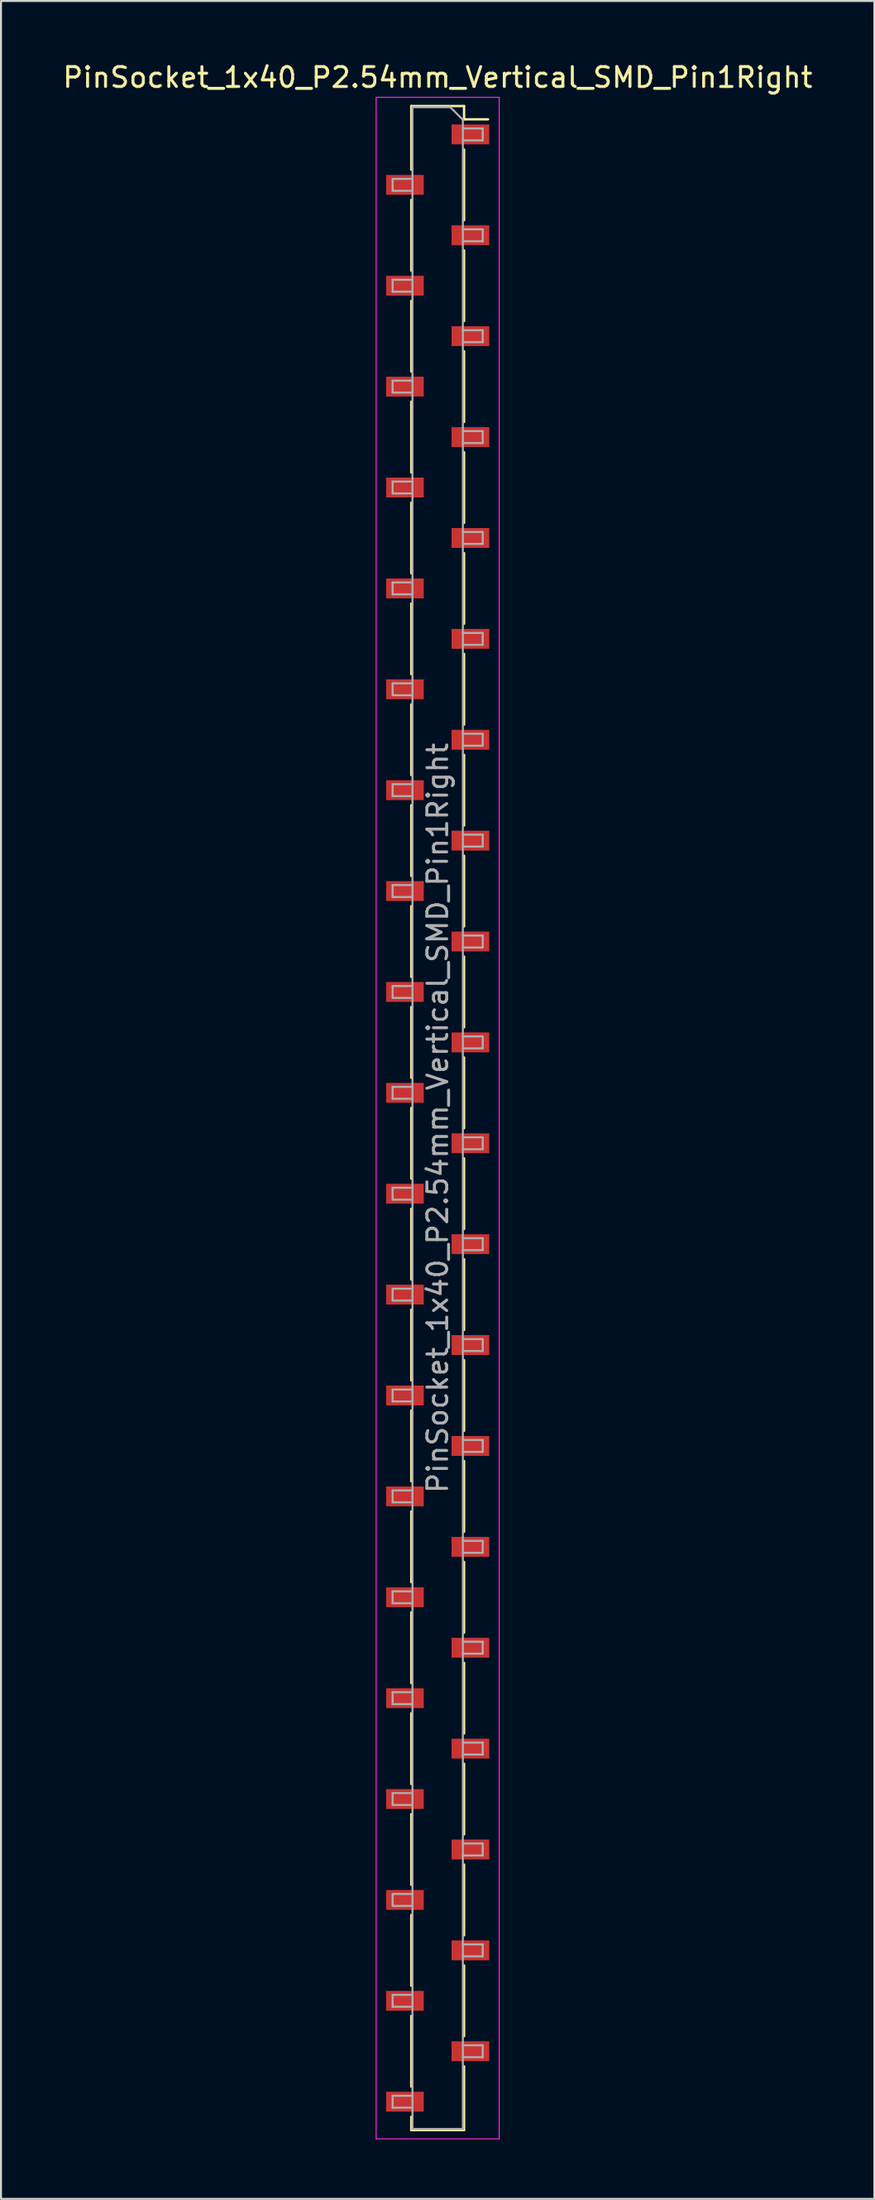
<source format=kicad_pcb>
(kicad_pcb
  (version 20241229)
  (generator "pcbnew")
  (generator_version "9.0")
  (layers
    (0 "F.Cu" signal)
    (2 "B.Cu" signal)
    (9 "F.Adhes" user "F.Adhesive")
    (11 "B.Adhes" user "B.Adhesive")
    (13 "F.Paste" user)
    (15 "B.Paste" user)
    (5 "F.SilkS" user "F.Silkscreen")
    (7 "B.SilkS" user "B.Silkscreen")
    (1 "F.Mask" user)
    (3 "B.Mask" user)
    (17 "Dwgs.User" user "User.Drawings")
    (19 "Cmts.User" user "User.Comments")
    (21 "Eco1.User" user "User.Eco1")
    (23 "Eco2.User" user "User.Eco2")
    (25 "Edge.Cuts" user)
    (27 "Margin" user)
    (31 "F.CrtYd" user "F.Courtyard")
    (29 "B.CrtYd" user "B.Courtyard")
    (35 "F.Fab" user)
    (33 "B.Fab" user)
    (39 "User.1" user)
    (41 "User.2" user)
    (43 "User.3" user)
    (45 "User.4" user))
  (footprint "PinSocket_1x40_P2.54mm_Vertical_SMD_Pin1Right"
    (layer "F.Cu")
    (at 19.006 53.248)
    (property "Reference" "PinSocket_1x40_P2.54mm_Vertical_SMD_Pin1Right" (at 0 -52.4 0) (layer "F.SilkS") (effects (font (size 1 1) (thickness 0.15))))
    (attr smd)
    (fp_line (start -1.33 -50.96) (end -1.33 -47.75) (stroke (width 0.12) (type solid)) (layer "F.SilkS"))
    (fp_line (start -1.33 -50.96) (end 1.33 -50.96) (stroke (width 0.12) (type solid)) (layer "F.SilkS"))
    (fp_line (start -1.33 -46.23) (end -1.33 -42.67) (stroke (width 0.12) (type solid)) (layer "F.SilkS"))
    (fp_line (start -1.33 -41.15) (end -1.33 -37.59) (stroke (width 0.12) (type solid)) (layer "F.SilkS"))
    (fp_line (start -1.33 -36.07) (end -1.33 -32.51) (stroke (width 0.12) (type solid)) (layer "F.SilkS"))
    (fp_line (start -1.33 -30.99) (end -1.33 -27.43) (stroke (width 0.12) (type solid)) (layer "F.SilkS"))
    (fp_line (start -1.33 -25.91) (end -1.33 -22.35) (stroke (width 0.12) (type solid)) (layer "F.SilkS"))
    (fp_line (start -1.33 -20.83) (end -1.33 -17.27) (stroke (width 0.12) (type solid)) (layer "F.SilkS"))
    (fp_line (start -1.33 -15.75) (end -1.33 -12.19) (stroke (width 0.12) (type solid)) (layer "F.SilkS"))
    (fp_line (start -1.33 -10.67) (end -1.33 -7.11) (stroke (width 0.12) (type solid)) (layer "F.SilkS"))
    (fp_line (start -1.33 -5.59) (end -1.33 -2.03) (stroke (width 0.12) (type solid)) (layer "F.SilkS"))
    (fp_line (start -1.33 -0.51) (end -1.33 3.05) (stroke (width 0.12) (type solid)) (layer "F.SilkS"))
    (fp_line (start -1.33 4.57) (end -1.33 8.13) (stroke (width 0.12) (type solid)) (layer "F.SilkS"))
    (fp_line (start -1.33 9.65) (end -1.33 13.21) (stroke (width 0.12) (type solid)) (layer "F.SilkS"))
    (fp_line (start -1.33 14.73) (end -1.33 18.29) (stroke (width 0.12) (type solid)) (layer "F.SilkS"))
    (fp_line (start -1.33 19.81) (end -1.33 23.37) (stroke (width 0.12) (type solid)) (layer "F.SilkS"))
    (fp_line (start -1.33 24.89) (end -1.33 28.45) (stroke (width 0.12) (type solid)) (layer "F.SilkS"))
    (fp_line (start -1.33 29.97) (end -1.33 33.53) (stroke (width 0.12) (type solid)) (layer "F.SilkS"))
    (fp_line (start -1.33 35.05) (end -1.33 38.61) (stroke (width 0.12) (type solid)) (layer "F.SilkS"))
    (fp_line (start -1.33 40.13) (end -1.33 43.69) (stroke (width 0.12) (type solid)) (layer "F.SilkS"))
    (fp_line (start -1.33 45.21) (end -1.33 48.77) (stroke (width 0.12) (type solid)) (layer "F.SilkS"))
    (fp_line (start -1.33 50.29) (end -1.33 50.96) (stroke (width 0.12) (type solid)) (layer "F.SilkS"))
    (fp_line (start -1.33 50.96) (end 1.33 50.96) (stroke (width 0.12) (type solid)) (layer "F.SilkS"))
    (fp_line (start 1.33 -50.96) (end 1.33 -50.29) (stroke (width 0.12) (type solid)) (layer "F.SilkS"))
    (fp_line (start 1.33 -50.29) (end 2.54 -50.29) (stroke (width 0.12) (type solid)) (layer "F.SilkS"))
    (fp_line (start 1.33 -48.77) (end 1.33 -45.21) (stroke (width 0.12) (type solid)) (layer "F.SilkS"))
    (fp_line (start 1.33 -43.69) (end 1.33 -40.13) (stroke (width 0.12) (type solid)) (layer "F.SilkS"))
    (fp_line (start 1.33 -38.61) (end 1.33 -35.05) (stroke (width 0.12) (type solid)) (layer "F.SilkS"))
    (fp_line (start 1.33 -33.53) (end 1.33 -29.97) (stroke (width 0.12) (type solid)) (layer "F.SilkS"))
    (fp_line (start 1.33 -28.45) (end 1.33 -24.89) (stroke (width 0.12) (type solid)) (layer "F.SilkS"))
    (fp_line (start 1.33 -23.37) (end 1.33 -19.81) (stroke (width 0.12) (type solid)) (layer "F.SilkS"))
    (fp_line (start 1.33 -18.29) (end 1.33 -14.73) (stroke (width 0.12) (type solid)) (layer "F.SilkS"))
    (fp_line (start 1.33 -13.21) (end 1.33 -9.65) (stroke (width 0.12) (type solid)) (layer "F.SilkS"))
    (fp_line (start 1.33 -8.13) (end 1.33 -4.57) (stroke (width 0.12) (type solid)) (layer "F.SilkS"))
    (fp_line (start 1.33 -3.05) (end 1.33 0.51) (stroke (width 0.12) (type solid)) (layer "F.SilkS"))
    (fp_line (start 1.33 2.03) (end 1.33 5.59) (stroke (width 0.12) (type solid)) (layer "F.SilkS"))
    (fp_line (start 1.33 7.11) (end 1.33 10.67) (stroke (width 0.12) (type solid)) (layer "F.SilkS"))
    (fp_line (start 1.33 12.19) (end 1.33 15.75) (stroke (width 0.12) (type solid)) (layer "F.SilkS"))
    (fp_line (start 1.33 17.27) (end 1.33 20.83) (stroke (width 0.12) (type solid)) (layer "F.SilkS"))
    (fp_line (start 1.33 22.35) (end 1.33 25.91) (stroke (width 0.12) (type solid)) (layer "F.SilkS"))
    (fp_line (start 1.33 27.43) (end 1.33 30.99) (stroke (width 0.12) (type solid)) (layer "F.SilkS"))
    (fp_line (start 1.33 32.51) (end 1.33 36.07) (stroke (width 0.12) (type solid)) (layer "F.SilkS"))
    (fp_line (start 1.33 37.59) (end 1.33 41.15) (stroke (width 0.12) (type solid)) (layer "F.SilkS"))
    (fp_line (start 1.33 42.67) (end 1.33 46.23) (stroke (width 0.12) (type solid)) (layer "F.SilkS"))
    (fp_line (start 1.33 47.75) (end 1.33 50.96) (stroke (width 0.12) (type solid)) (layer "F.SilkS"))
    (fp_line (start -3.1 -51.4) (end 3.1 -51.4) (stroke (width 0.05) (type solid)) (layer "F.CrtYd"))
    (fp_line (start -3.1 51.4) (end -3.1 -51.4) (stroke (width 0.05) (type solid)) (layer "F.CrtYd"))
    (fp_line (start 3.1 -51.4) (end 3.1 51.4) (stroke (width 0.05) (type solid)) (layer "F.CrtYd"))
    (fp_line (start 3.1 51.4) (end -3.1 51.4) (stroke (width 0.05) (type solid)) (layer "F.CrtYd"))
    (fp_line (start -2.27 -47.29) (end -1.27 -47.29) (stroke (width 0.1) (type solid)) (layer "F.Fab"))
    (fp_line (start -2.27 -46.69) (end -2.27 -47.29) (stroke (width 0.1) (type solid)) (layer "F.Fab"))
    (fp_line (start -2.27 -42.21) (end -1.27 -42.21) (stroke (width 0.1) (type solid)) (layer "F.Fab"))
    (fp_line (start -2.27 -41.61) (end -2.27 -42.21) (stroke (width 0.1) (type solid)) (layer "F.Fab"))
    (fp_line (start -2.27 -37.13) (end -1.27 -37.13) (stroke (width 0.1) (type solid)) (layer "F.Fab"))
    (fp_line (start -2.27 -36.53) (end -2.27 -37.13) (stroke (width 0.1) (type solid)) (layer "F.Fab"))
    (fp_line (start -2.27 -32.05) (end -1.27 -32.05) (stroke (width 0.1) (type solid)) (layer "F.Fab"))
    (fp_line (start -2.27 -31.45) (end -2.27 -32.05) (stroke (width 0.1) (type solid)) (layer "F.Fab"))
    (fp_line (start -2.27 -26.97) (end -1.27 -26.97) (stroke (width 0.1) (type solid)) (layer "F.Fab"))
    (fp_line (start -2.27 -26.37) (end -2.27 -26.97) (stroke (width 0.1) (type solid)) (layer "F.Fab"))
    (fp_line (start -2.27 -21.89) (end -1.27 -21.89) (stroke (width 0.1) (type solid)) (layer "F.Fab"))
    (fp_line (start -2.27 -21.29) (end -2.27 -21.89) (stroke (width 0.1) (type solid)) (layer "F.Fab"))
    (fp_line (start -2.27 -16.81) (end -1.27 -16.81) (stroke (width 0.1) (type solid)) (layer "F.Fab"))
    (fp_line (start -2.27 -16.21) (end -2.27 -16.81) (stroke (width 0.1) (type solid)) (layer "F.Fab"))
    (fp_line (start -2.27 -11.73) (end -1.27 -11.73) (stroke (width 0.1) (type solid)) (layer "F.Fab"))
    (fp_line (start -2.27 -11.13) (end -2.27 -11.73) (stroke (width 0.1) (type solid)) (layer "F.Fab"))
    (fp_line (start -2.27 -6.65) (end -1.27 -6.65) (stroke (width 0.1) (type solid)) (layer "F.Fab"))
    (fp_line (start -2.27 -6.05) (end -2.27 -6.65) (stroke (width 0.1) (type solid)) (layer "F.Fab"))
    (fp_line (start -2.27 -1.57) (end -1.27 -1.57) (stroke (width 0.1) (type solid)) (layer "F.Fab"))
    (fp_line (start -2.27 -0.97) (end -2.27 -1.57) (stroke (width 0.1) (type solid)) (layer "F.Fab"))
    (fp_line (start -2.27 3.51) (end -1.27 3.51) (stroke (width 0.1) (type solid)) (layer "F.Fab"))
    (fp_line (start -2.27 4.11) (end -2.27 3.51) (stroke (width 0.1) (type solid)) (layer "F.Fab"))
    (fp_line (start -2.27 8.59) (end -1.27 8.59) (stroke (width 0.1) (type solid)) (layer "F.Fab"))
    (fp_line (start -2.27 9.19) (end -2.27 8.59) (stroke (width 0.1) (type solid)) (layer "F.Fab"))
    (fp_line (start -2.27 13.67) (end -1.27 13.67) (stroke (width 0.1) (type solid)) (layer "F.Fab"))
    (fp_line (start -2.27 14.27) (end -2.27 13.67) (stroke (width 0.1) (type solid)) (layer "F.Fab"))
    (fp_line (start -2.27 18.75) (end -1.27 18.75) (stroke (width 0.1) (type solid)) (layer "F.Fab"))
    (fp_line (start -2.27 19.35) (end -2.27 18.75) (stroke (width 0.1) (type solid)) (layer "F.Fab"))
    (fp_line (start -2.27 23.83) (end -1.27 23.83) (stroke (width 0.1) (type solid)) (layer "F.Fab"))
    (fp_line (start -2.27 24.43) (end -2.27 23.83) (stroke (width 0.1) (type solid)) (layer "F.Fab"))
    (fp_line (start -2.27 28.91) (end -1.27 28.91) (stroke (width 0.1) (type solid)) (layer "F.Fab"))
    (fp_line (start -2.27 29.51) (end -2.27 28.91) (stroke (width 0.1) (type solid)) (layer "F.Fab"))
    (fp_line (start -2.27 33.99) (end -1.27 33.99) (stroke (width 0.1) (type solid)) (layer "F.Fab"))
    (fp_line (start -2.27 34.59) (end -2.27 33.99) (stroke (width 0.1) (type solid)) (layer "F.Fab"))
    (fp_line (start -2.27 39.07) (end -1.27 39.07) (stroke (width 0.1) (type solid)) (layer "F.Fab"))
    (fp_line (start -2.27 39.67) (end -2.27 39.07) (stroke (width 0.1) (type solid)) (layer "F.Fab"))
    (fp_line (start -2.27 44.15) (end -1.27 44.15) (stroke (width 0.1) (type solid)) (layer "F.Fab"))
    (fp_line (start -2.27 44.75) (end -2.27 44.15) (stroke (width 0.1) (type solid)) (layer "F.Fab"))
    (fp_line (start -2.27 49.23) (end -1.27 49.23) (stroke (width 0.1) (type solid)) (layer "F.Fab"))
    (fp_line (start -2.27 49.83) (end -2.27 49.23) (stroke (width 0.1) (type solid)) (layer "F.Fab"))
    (fp_line (start -1.27 -50.9) (end 0.635 -50.9) (stroke (width 0.1) (type solid)) (layer "F.Fab"))
    (fp_line (start -1.27 -46.69) (end -2.27 -46.69) (stroke (width 0.1) (type solid)) (layer "F.Fab"))
    (fp_line (start -1.27 -41.61) (end -2.27 -41.61) (stroke (width 0.1) (type solid)) (layer "F.Fab"))
    (fp_line (start -1.27 -36.53) (end -2.27 -36.53) (stroke (width 0.1) (type solid)) (layer "F.Fab"))
    (fp_line (start -1.27 -31.45) (end -2.27 -31.45) (stroke (width 0.1) (type solid)) (layer "F.Fab"))
    (fp_line (start -1.27 -26.37) (end -2.27 -26.37) (stroke (width 0.1) (type solid)) (layer "F.Fab"))
    (fp_line (start -1.27 -21.29) (end -2.27 -21.29) (stroke (width 0.1) (type solid)) (layer "F.Fab"))
    (fp_line (start -1.27 -16.21) (end -2.27 -16.21) (stroke (width 0.1) (type solid)) (layer "F.Fab"))
    (fp_line (start -1.27 -11.13) (end -2.27 -11.13) (stroke (width 0.1) (type solid)) (layer "F.Fab"))
    (fp_line (start -1.27 -6.05) (end -2.27 -6.05) (stroke (width 0.1) (type solid)) (layer "F.Fab"))
    (fp_line (start -1.27 -0.97) (end -2.27 -0.97) (stroke (width 0.1) (type solid)) (layer "F.Fab"))
    (fp_line (start -1.27 4.11) (end -2.27 4.11) (stroke (width 0.1) (type solid)) (layer "F.Fab"))
    (fp_line (start -1.27 9.19) (end -2.27 9.19) (stroke (width 0.1) (type solid)) (layer "F.Fab"))
    (fp_line (start -1.27 14.27) (end -2.27 14.27) (stroke (width 0.1) (type solid)) (layer "F.Fab"))
    (fp_line (start -1.27 19.35) (end -2.27 19.35) (stroke (width 0.1) (type solid)) (layer "F.Fab"))
    (fp_line (start -1.27 24.43) (end -2.27 24.43) (stroke (width 0.1) (type solid)) (layer "F.Fab"))
    (fp_line (start -1.27 29.51) (end -2.27 29.51) (stroke (width 0.1) (type solid)) (layer "F.Fab"))
    (fp_line (start -1.27 34.59) (end -2.27 34.59) (stroke (width 0.1) (type solid)) (layer "F.Fab"))
    (fp_line (start -1.27 39.67) (end -2.27 39.67) (stroke (width 0.1) (type solid)) (layer "F.Fab"))
    (fp_line (start -1.27 44.75) (end -2.27 44.75) (stroke (width 0.1) (type solid)) (layer "F.Fab"))
    (fp_line (start -1.27 49.83) (end -2.27 49.83) (stroke (width 0.1) (type solid)) (layer "F.Fab"))
    (fp_line (start -1.27 50.9) (end -1.27 -50.9) (stroke (width 0.1) (type solid)) (layer "F.Fab"))
    (fp_line (start 0.635 -50.9) (end 1.27 -50.265) (stroke (width 0.1) (type solid)) (layer "F.Fab"))
    (fp_line (start 1.27 -50.265) (end 1.27 50.9) (stroke (width 0.1) (type solid)) (layer "F.Fab"))
    (fp_line (start 1.27 -49.83) (end 2.27 -49.83) (stroke (width 0.1) (type solid)) (layer "F.Fab"))
    (fp_line (start 1.27 -44.75) (end 2.27 -44.75) (stroke (width 0.1) (type solid)) (layer "F.Fab"))
    (fp_line (start 1.27 -39.67) (end 2.27 -39.67) (stroke (width 0.1) (type solid)) (layer "F.Fab"))
    (fp_line (start 1.27 -34.59) (end 2.27 -34.59) (stroke (width 0.1) (type solid)) (layer "F.Fab"))
    (fp_line (start 1.27 -29.51) (end 2.27 -29.51) (stroke (width 0.1) (type solid)) (layer "F.Fab"))
    (fp_line (start 1.27 -24.43) (end 2.27 -24.43) (stroke (width 0.1) (type solid)) (layer "F.Fab"))
    (fp_line (start 1.27 -19.35) (end 2.27 -19.35) (stroke (width 0.1) (type solid)) (layer "F.Fab"))
    (fp_line (start 1.27 -14.27) (end 2.27 -14.27) (stroke (width 0.1) (type solid)) (layer "F.Fab"))
    (fp_line (start 1.27 -9.19) (end 2.27 -9.19) (stroke (width 0.1) (type solid)) (layer "F.Fab"))
    (fp_line (start 1.27 -4.11) (end 2.27 -4.11) (stroke (width 0.1) (type solid)) (layer "F.Fab"))
    (fp_line (start 1.27 0.97) (end 2.27 0.97) (stroke (width 0.1) (type solid)) (layer "F.Fab"))
    (fp_line (start 1.27 6.05) (end 2.27 6.05) (stroke (width 0.1) (type solid)) (layer "F.Fab"))
    (fp_line (start 1.27 11.13) (end 2.27 11.13) (stroke (width 0.1) (type solid)) (layer "F.Fab"))
    (fp_line (start 1.27 16.21) (end 2.27 16.21) (stroke (width 0.1) (type solid)) (layer "F.Fab"))
    (fp_line (start 1.27 21.29) (end 2.27 21.29) (stroke (width 0.1) (type solid)) (layer "F.Fab"))
    (fp_line (start 1.27 26.37) (end 2.27 26.37) (stroke (width 0.1) (type solid)) (layer "F.Fab"))
    (fp_line (start 1.27 31.45) (end 2.27 31.45) (stroke (width 0.1) (type solid)) (layer "F.Fab"))
    (fp_line (start 1.27 36.53) (end 2.27 36.53) (stroke (width 0.1) (type solid)) (layer "F.Fab"))
    (fp_line (start 1.27 41.61) (end 2.27 41.61) (stroke (width 0.1) (type solid)) (layer "F.Fab"))
    (fp_line (start 1.27 46.69) (end 2.27 46.69) (stroke (width 0.1) (type solid)) (layer "F.Fab"))
    (fp_line (start 1.27 50.9) (end -1.27 50.9) (stroke (width 0.1) (type solid)) (layer "F.Fab"))
    (fp_line (start 2.27 -49.83) (end 2.27 -49.23) (stroke (width 0.1) (type solid)) (layer "F.Fab"))
    (fp_line (start 2.27 -49.23) (end 1.27 -49.23) (stroke (width 0.1) (type solid)) (layer "F.Fab"))
    (fp_line (start 2.27 -44.75) (end 2.27 -44.15) (stroke (width 0.1) (type solid)) (layer "F.Fab"))
    (fp_line (start 2.27 -44.15) (end 1.27 -44.15) (stroke (width 0.1) (type solid)) (layer "F.Fab"))
    (fp_line (start 2.27 -39.67) (end 2.27 -39.07) (stroke (width 0.1) (type solid)) (layer "F.Fab"))
    (fp_line (start 2.27 -39.07) (end 1.27 -39.07) (stroke (width 0.1) (type solid)) (layer "F.Fab"))
    (fp_line (start 2.27 -34.59) (end 2.27 -33.99) (stroke (width 0.1) (type solid)) (layer "F.Fab"))
    (fp_line (start 2.27 -33.99) (end 1.27 -33.99) (stroke (width 0.1) (type solid)) (layer "F.Fab"))
    (fp_line (start 2.27 -29.51) (end 2.27 -28.91) (stroke (width 0.1) (type solid)) (layer "F.Fab"))
    (fp_line (start 2.27 -28.91) (end 1.27 -28.91) (stroke (width 0.1) (type solid)) (layer "F.Fab"))
    (fp_line (start 2.27 -24.43) (end 2.27 -23.83) (stroke (width 0.1) (type solid)) (layer "F.Fab"))
    (fp_line (start 2.27 -23.83) (end 1.27 -23.83) (stroke (width 0.1) (type solid)) (layer "F.Fab"))
    (fp_line (start 2.27 -19.35) (end 2.27 -18.75) (stroke (width 0.1) (type solid)) (layer "F.Fab"))
    (fp_line (start 2.27 -18.75) (end 1.27 -18.75) (stroke (width 0.1) (type solid)) (layer "F.Fab"))
    (fp_line (start 2.27 -14.27) (end 2.27 -13.67) (stroke (width 0.1) (type solid)) (layer "F.Fab"))
    (fp_line (start 2.27 -13.67) (end 1.27 -13.67) (stroke (width 0.1) (type solid)) (layer "F.Fab"))
    (fp_line (start 2.27 -9.19) (end 2.27 -8.59) (stroke (width 0.1) (type solid)) (layer "F.Fab"))
    (fp_line (start 2.27 -8.59) (end 1.27 -8.59) (stroke (width 0.1) (type solid)) (layer "F.Fab"))
    (fp_line (start 2.27 -4.11) (end 2.27 -3.51) (stroke (width 0.1) (type solid)) (layer "F.Fab"))
    (fp_line (start 2.27 -3.51) (end 1.27 -3.51) (stroke (width 0.1) (type solid)) (layer "F.Fab"))
    (fp_line (start 2.27 0.97) (end 2.27 1.57) (stroke (width 0.1) (type solid)) (layer "F.Fab"))
    (fp_line (start 2.27 1.57) (end 1.27 1.57) (stroke (width 0.1) (type solid)) (layer "F.Fab"))
    (fp_line (start 2.27 6.05) (end 2.27 6.65) (stroke (width 0.1) (type solid)) (layer "F.Fab"))
    (fp_line (start 2.27 6.65) (end 1.27 6.65) (stroke (width 0.1) (type solid)) (layer "F.Fab"))
    (fp_line (start 2.27 11.13) (end 2.27 11.73) (stroke (width 0.1) (type solid)) (layer "F.Fab"))
    (fp_line (start 2.27 11.73) (end 1.27 11.73) (stroke (width 0.1) (type solid)) (layer "F.Fab"))
    (fp_line (start 2.27 16.21) (end 2.27 16.81) (stroke (width 0.1) (type solid)) (layer "F.Fab"))
    (fp_line (start 2.27 16.81) (end 1.27 16.81) (stroke (width 0.1) (type solid)) (layer "F.Fab"))
    (fp_line (start 2.27 21.29) (end 2.27 21.89) (stroke (width 0.1) (type solid)) (layer "F.Fab"))
    (fp_line (start 2.27 21.89) (end 1.27 21.89) (stroke (width 0.1) (type solid)) (layer "F.Fab"))
    (fp_line (start 2.27 26.37) (end 2.27 26.97) (stroke (width 0.1) (type solid)) (layer "F.Fab"))
    (fp_line (start 2.27 26.97) (end 1.27 26.97) (stroke (width 0.1) (type solid)) (layer "F.Fab"))
    (fp_line (start 2.27 31.45) (end 2.27 32.05) (stroke (width 0.1) (type solid)) (layer "F.Fab"))
    (fp_line (start 2.27 32.05) (end 1.27 32.05) (stroke (width 0.1) (type solid)) (layer "F.Fab"))
    (fp_line (start 2.27 36.53) (end 2.27 37.13) (stroke (width 0.1) (type solid)) (layer "F.Fab"))
    (fp_line (start 2.27 37.13) (end 1.27 37.13) (stroke (width 0.1) (type solid)) (layer "F.Fab"))
    (fp_line (start 2.27 41.61) (end 2.27 42.21) (stroke (width 0.1) (type solid)) (layer "F.Fab"))
    (fp_line (start 2.27 42.21) (end 1.27 42.21) (stroke (width 0.1) (type solid)) (layer "F.Fab"))
    (fp_line (start 2.27 46.69) (end 2.27 47.29) (stroke (width 0.1) (type solid)) (layer "F.Fab"))
    (fp_line (start 2.27 47.29) (end 1.27 47.29) (stroke (width 0.1) (type solid)) (layer "F.Fab"))
    (fp_text user "${REFERENCE}" (at 0 0 90) (layer "F.Fab") (effects (font (size 1 1) (thickness 0.15))))
    (pad "1" smd rect (at 1.65 -49.53) (size 1.9 1) (layers "F.Cu" "F.Mask" "F.Paste"))
    (pad "2" smd rect (at -1.65 -46.99) (size 1.9 1) (layers "F.Cu" "F.Mask" "F.Paste"))
    (pad "3" smd rect (at 1.65 -44.45) (size 1.9 1) (layers "F.Cu" "F.Mask" "F.Paste"))
    (pad "4" smd rect (at -1.65 -41.91) (size 1.9 1) (layers "F.Cu" "F.Mask" "F.Paste"))
    (pad "5" smd rect (at 1.65 -39.37) (size 1.9 1) (layers "F.Cu" "F.Mask" "F.Paste"))
    (pad "6" smd rect (at -1.65 -36.83) (size 1.9 1) (layers "F.Cu" "F.Mask" "F.Paste"))
    (pad "7" smd rect (at 1.65 -34.29) (size 1.9 1) (layers "F.Cu" "F.Mask" "F.Paste"))
    (pad "8" smd rect (at -1.65 -31.75) (size 1.9 1) (layers "F.Cu" "F.Mask" "F.Paste"))
    (pad "9" smd rect (at 1.65 -29.21) (size 1.9 1) (layers "F.Cu" "F.Mask" "F.Paste"))
    (pad "10" smd rect (at -1.65 -26.67) (size 1.9 1) (layers "F.Cu" "F.Mask" "F.Paste"))
    (pad "11" smd rect (at 1.65 -24.13) (size 1.9 1) (layers "F.Cu" "F.Mask" "F.Paste"))
    (pad "12" smd rect (at -1.65 -21.59) (size 1.9 1) (layers "F.Cu" "F.Mask" "F.Paste"))
    (pad "13" smd rect (at 1.65 -19.05) (size 1.9 1) (layers "F.Cu" "F.Mask" "F.Paste"))
    (pad "14" smd rect (at -1.65 -16.51) (size 1.9 1) (layers "F.Cu" "F.Mask" "F.Paste"))
    (pad "15" smd rect (at 1.65 -13.97) (size 1.9 1) (layers "F.Cu" "F.Mask" "F.Paste"))
    (pad "16" smd rect (at -1.65 -11.43) (size 1.9 1) (layers "F.Cu" "F.Mask" "F.Paste"))
    (pad "17" smd rect (at 1.65 -8.89) (size 1.9 1) (layers "F.Cu" "F.Mask" "F.Paste"))
    (pad "18" smd rect (at -1.65 -6.35) (size 1.9 1) (layers "F.Cu" "F.Mask" "F.Paste"))
    (pad "19" smd rect (at 1.65 -3.81) (size 1.9 1) (layers "F.Cu" "F.Mask" "F.Paste"))
    (pad "20" smd rect (at -1.65 -1.27) (size 1.9 1) (layers "F.Cu" "F.Mask" "F.Paste"))
    (pad "21" smd rect (at 1.65 1.27) (size 1.9 1) (layers "F.Cu" "F.Mask" "F.Paste"))
    (pad "22" smd rect (at -1.65 3.81) (size 1.9 1) (layers "F.Cu" "F.Mask" "F.Paste"))
    (pad "23" smd rect (at 1.65 6.35) (size 1.9 1) (layers "F.Cu" "F.Mask" "F.Paste"))
    (pad "24" smd rect (at -1.65 8.89) (size 1.9 1) (layers "F.Cu" "F.Mask" "F.Paste"))
    (pad "25" smd rect (at 1.65 11.43) (size 1.9 1) (layers "F.Cu" "F.Mask" "F.Paste"))
    (pad "26" smd rect (at -1.65 13.97) (size 1.9 1) (layers "F.Cu" "F.Mask" "F.Paste"))
    (pad "27" smd rect (at 1.65 16.51) (size 1.9 1) (layers "F.Cu" "F.Mask" "F.Paste"))
    (pad "28" smd rect (at -1.65 19.05) (size 1.9 1) (layers "F.Cu" "F.Mask" "F.Paste"))
    (pad "29" smd rect (at 1.65 21.59) (size 1.9 1) (layers "F.Cu" "F.Mask" "F.Paste"))
    (pad "30" smd rect (at -1.65 24.13) (size 1.9 1) (layers "F.Cu" "F.Mask" "F.Paste"))
    (pad "31" smd rect (at 1.65 26.67) (size 1.9 1) (layers "F.Cu" "F.Mask" "F.Paste"))
    (pad "32" smd rect (at -1.65 29.21) (size 1.9 1) (layers "F.Cu" "F.Mask" "F.Paste"))
    (pad "33" smd rect (at 1.65 31.75) (size 1.9 1) (layers "F.Cu" "F.Mask" "F.Paste"))
    (pad "34" smd rect (at -1.65 34.29) (size 1.9 1) (layers "F.Cu" "F.Mask" "F.Paste"))
    (pad "35" smd rect (at 1.65 36.83) (size 1.9 1) (layers "F.Cu" "F.Mask" "F.Paste"))
    (pad "36" smd rect (at -1.65 39.37) (size 1.9 1) (layers "F.Cu" "F.Mask" "F.Paste"))
    (pad "37" smd rect (at 1.65 41.91) (size 1.9 1) (layers "F.Cu" "F.Mask" "F.Paste"))
    (pad "38" smd rect (at -1.65 44.45) (size 1.9 1) (layers "F.Cu" "F.Mask" "F.Paste"))
    (pad "39" smd rect (at 1.65 46.99) (size 1.9 1) (layers "F.Cu" "F.Mask" "F.Paste"))
    (pad "40" smd rect (at -1.65 49.53) (size 1.9 1) (layers "F.Cu" "F.Mask" "F.Paste")))
  (gr_rect
    (start -3 -3)
    (end 41.012 107.673)
    (stroke (width 0.1) (type default))
    (fill no)
    (layer "Edge.Cuts")))
</source>
